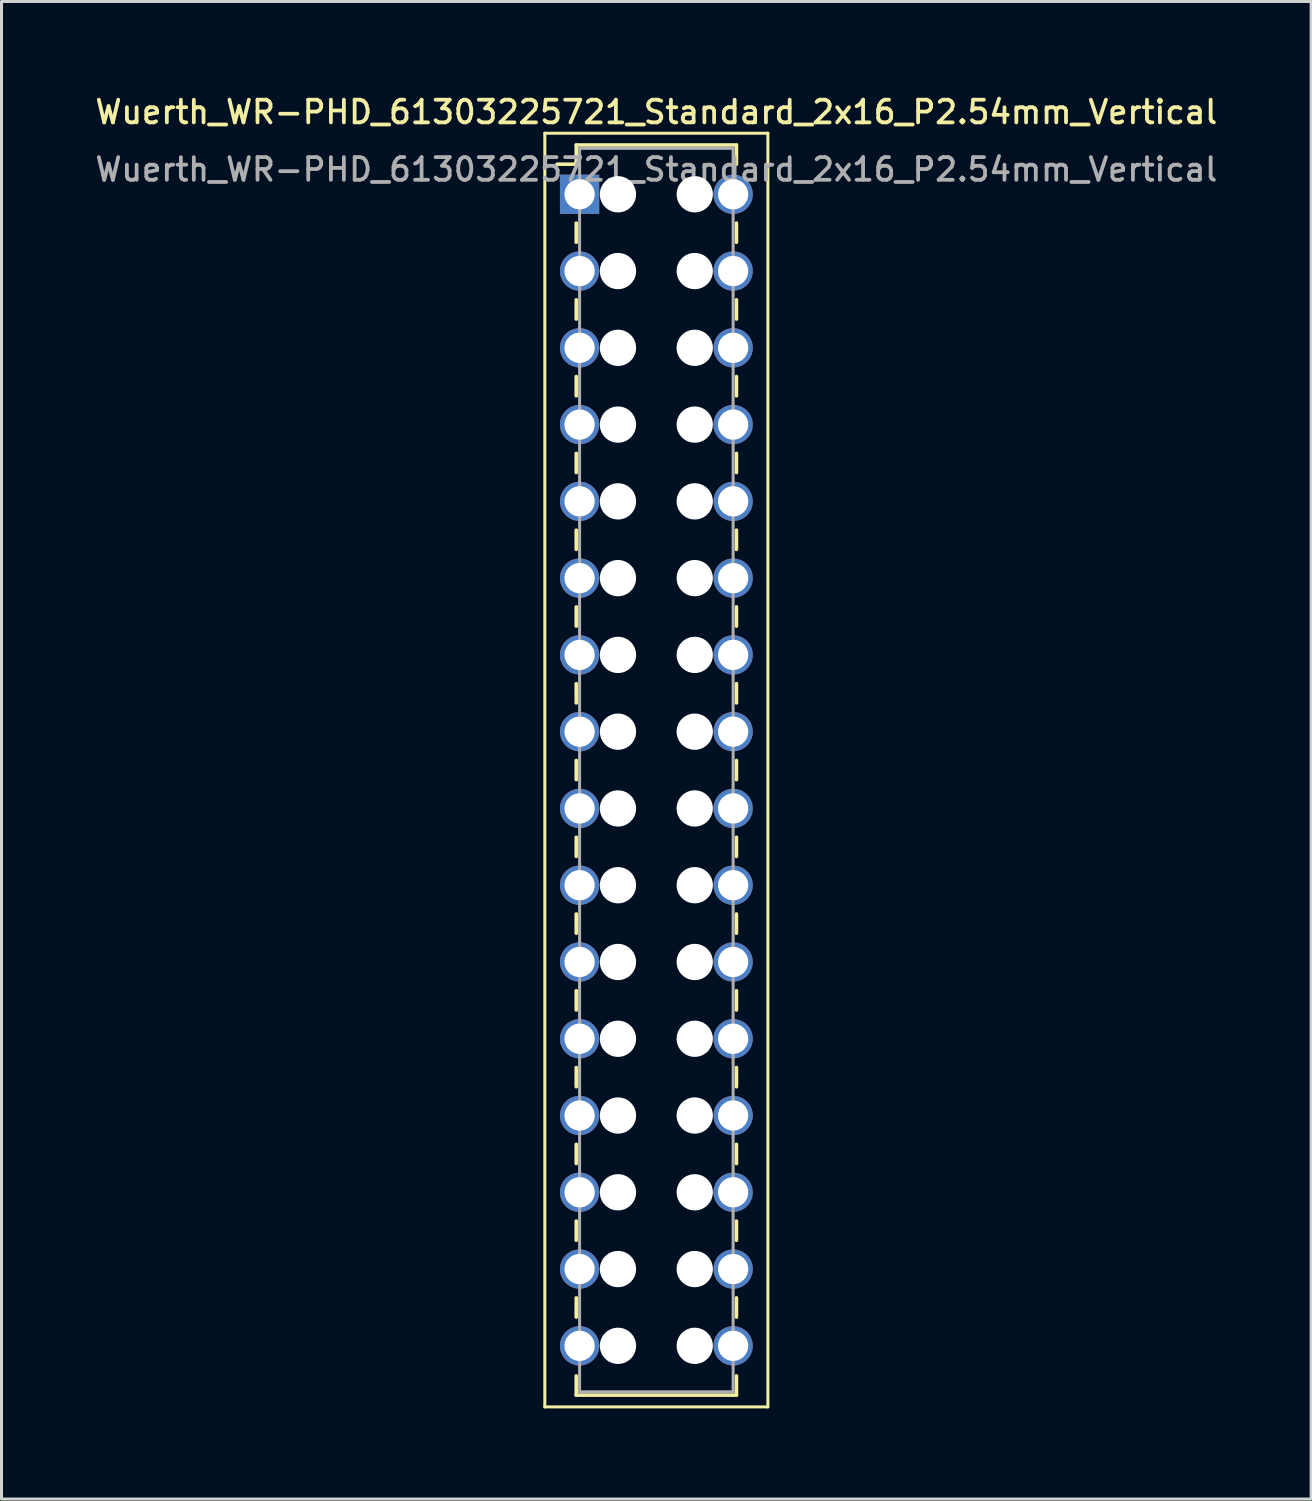
<source format=kicad_pcb>
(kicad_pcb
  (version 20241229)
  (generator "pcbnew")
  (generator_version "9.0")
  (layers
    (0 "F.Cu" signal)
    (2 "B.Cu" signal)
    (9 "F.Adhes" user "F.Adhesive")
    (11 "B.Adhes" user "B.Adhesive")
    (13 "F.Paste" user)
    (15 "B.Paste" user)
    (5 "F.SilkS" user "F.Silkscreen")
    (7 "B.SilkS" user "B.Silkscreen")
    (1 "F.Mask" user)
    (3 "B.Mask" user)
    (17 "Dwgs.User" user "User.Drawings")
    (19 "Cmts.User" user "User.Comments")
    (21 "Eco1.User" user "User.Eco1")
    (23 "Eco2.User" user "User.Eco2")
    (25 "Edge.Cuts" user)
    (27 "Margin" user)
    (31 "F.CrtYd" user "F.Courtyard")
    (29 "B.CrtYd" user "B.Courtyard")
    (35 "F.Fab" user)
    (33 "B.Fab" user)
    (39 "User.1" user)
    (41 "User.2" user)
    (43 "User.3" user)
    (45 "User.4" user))
  (footprint "Wuerth_WR-PHD_61303225721_Standard_2x16_P2.54mm_Vertical"
    (layer "F.Cu")
    (at 16.126 3.378)
    (property "Reference" "Wuerth_WR-PHD_61303225721_Standard_2x16_P2.54mm_Vertical" (at 2.54 -2.72 0) (layer "F.SilkS") (effects (font (size 0.75 0.75) (thickness 0.125))))
    (attr through_hole)
    (fp_line (start -1.15 -2.02) (end -1.15 40.12) (stroke (width 0.1) (type solid)) (layer "F.SilkS"))
    (fp_line (start -1.15 40.12) (end 6.23 40.12) (stroke (width 0.1) (type solid)) (layer "F.SilkS"))
    (fp_line (start -0.11 -1.63) (end -0.11 -0.995) (stroke (width 0.12) (type solid)) (layer "F.SilkS"))
    (fp_line (start -0.11 -1.63) (end 5.19 -1.63) (stroke (width 0.12) (type solid)) (layer "F.SilkS"))
    (fp_line (start -0.11 -0.995) (end -0.745 -0.995) (stroke (width 0.12) (type solid)) (layer "F.SilkS"))
    (fp_line (start -0.11 0.953) (end -0.11 1.587) (stroke (width 0.12) (type solid)) (layer "F.SilkS"))
    (fp_line (start -0.11 3.493) (end -0.11 4.128) (stroke (width 0.12) (type solid)) (layer "F.SilkS"))
    (fp_line (start -0.11 6.032) (end -0.11 6.668) (stroke (width 0.12) (type solid)) (layer "F.SilkS"))
    (fp_line (start -0.11 8.572) (end -0.11 9.207) (stroke (width 0.12) (type solid)) (layer "F.SilkS"))
    (fp_line (start -0.11 11.113) (end -0.11 11.748) (stroke (width 0.12) (type solid)) (layer "F.SilkS"))
    (fp_line (start -0.11 13.652) (end -0.11 14.287) (stroke (width 0.12) (type solid)) (layer "F.SilkS"))
    (fp_line (start -0.11 16.192) (end -0.11 16.828) (stroke (width 0.12) (type solid)) (layer "F.SilkS"))
    (fp_line (start -0.11 18.733) (end -0.11 19.367) (stroke (width 0.12) (type solid)) (layer "F.SilkS"))
    (fp_line (start -0.11 21.273) (end -0.11 21.907) (stroke (width 0.12) (type solid)) (layer "F.SilkS"))
    (fp_line (start -0.11 23.812) (end -0.11 24.448) (stroke (width 0.12) (type solid)) (layer "F.SilkS"))
    (fp_line (start -0.11 26.352) (end -0.11 26.988) (stroke (width 0.12) (type solid)) (layer "F.SilkS"))
    (fp_line (start -0.11 28.892) (end -0.11 29.527) (stroke (width 0.12) (type solid)) (layer "F.SilkS"))
    (fp_line (start -0.11 31.433) (end -0.11 32.068) (stroke (width 0.12) (type solid)) (layer "F.SilkS"))
    (fp_line (start -0.11 33.972) (end -0.11 34.608) (stroke (width 0.12) (type solid)) (layer "F.SilkS"))
    (fp_line (start -0.11 36.513) (end -0.11 37.148) (stroke (width 0.12) (type solid)) (layer "F.SilkS"))
    (fp_line (start -0.11 39.73) (end -0.11 39.095) (stroke (width 0.12) (type solid)) (layer "F.SilkS"))
    (fp_line (start -0.11 39.73) (end 5.19 39.73) (stroke (width 0.12) (type solid)) (layer "F.SilkS"))
    (fp_line (start 5.19 -1.63) (end 5.19 -0.995) (stroke (width 0.12) (type solid)) (layer "F.SilkS"))
    (fp_line (start 5.19 0.953) (end 5.19 1.587) (stroke (width 0.12) (type solid)) (layer "F.SilkS"))
    (fp_line (start 5.19 3.493) (end 5.19 4.128) (stroke (width 0.12) (type solid)) (layer "F.SilkS"))
    (fp_line (start 5.19 6.032) (end 5.19 6.668) (stroke (width 0.12) (type solid)) (layer "F.SilkS"))
    (fp_line (start 5.19 8.572) (end 5.19 9.207) (stroke (width 0.12) (type solid)) (layer "F.SilkS"))
    (fp_line (start 5.19 11.113) (end 5.19 11.748) (stroke (width 0.12) (type solid)) (layer "F.SilkS"))
    (fp_line (start 5.19 13.652) (end 5.19 14.287) (stroke (width 0.12) (type solid)) (layer "F.SilkS"))
    (fp_line (start 5.19 16.192) (end 5.19 16.828) (stroke (width 0.12) (type solid)) (layer "F.SilkS"))
    (fp_line (start 5.19 18.733) (end 5.19 19.367) (stroke (width 0.12) (type solid)) (layer "F.SilkS"))
    (fp_line (start 5.19 21.273) (end 5.19 21.907) (stroke (width 0.12) (type solid)) (layer "F.SilkS"))
    (fp_line (start 5.19 23.812) (end 5.19 24.448) (stroke (width 0.12) (type solid)) (layer "F.SilkS"))
    (fp_line (start 5.19 26.352) (end 5.19 26.988) (stroke (width 0.12) (type solid)) (layer "F.SilkS"))
    (fp_line (start 5.19 28.892) (end 5.19 29.527) (stroke (width 0.12) (type solid)) (layer "F.SilkS"))
    (fp_line (start 5.19 31.433) (end 5.19 32.068) (stroke (width 0.12) (type solid)) (layer "F.SilkS"))
    (fp_line (start 5.19 33.972) (end 5.19 34.608) (stroke (width 0.12) (type solid)) (layer "F.SilkS"))
    (fp_line (start 5.19 36.513) (end 5.19 37.148) (stroke (width 0.12) (type solid)) (layer "F.SilkS"))
    (fp_line (start 5.19 39.73) (end 5.19 39.095) (stroke (width 0.12) (type solid)) (layer "F.SilkS"))
    (fp_line (start 6.23 -2.02) (end -1.15 -2.02) (stroke (width 0.1) (type solid)) (layer "F.SilkS"))
    (fp_line (start 6.23 40.12) (end 6.23 -2.02) (stroke (width 0.1) (type solid)) (layer "F.SilkS"))
    (fp_line (start 0 -1.52) (end 0 39.62) (stroke (width 0.1) (type solid)) (layer "F.Fab"))
    (fp_line (start 0 39.62) (end 5.08 39.62) (stroke (width 0.1) (type solid)) (layer "F.Fab"))
    (fp_line (start 5.08 -1.52) (end 0 -1.52) (stroke (width 0.1) (type solid)) (layer "F.Fab"))
    (fp_line (start 5.08 39.62) (end 5.08 -1.52) (stroke (width 0.1) (type solid)) (layer "F.Fab"))
    (fp_text user "${REFERENCE}" (at 2.54 -0.82 0) (layer "F.Fab") (effects (font (size 0.75 0.75) (thickness 0.125))))
    (pad "" np_thru_hole circle (at 1.27 0) (size 1.2 1.2) (drill 1.2) (layers "*.Cu" "*.Mask"))
    (pad "" np_thru_hole circle (at 1.27 2.54) (size 1.2 1.2) (drill 1.2) (layers "*.Cu" "*.Mask"))
    (pad "" np_thru_hole circle (at 1.27 5.08) (size 1.2 1.2) (drill 1.2) (layers "*.Cu" "*.Mask"))
    (pad "" np_thru_hole circle (at 1.27 7.62) (size 1.2 1.2) (drill 1.2) (layers "*.Cu" "*.Mask"))
    (pad "" np_thru_hole circle (at 1.27 10.16) (size 1.2 1.2) (drill 1.2) (layers "*.Cu" "*.Mask"))
    (pad "" np_thru_hole circle (at 1.27 12.7) (size 1.2 1.2) (drill 1.2) (layers "*.Cu" "*.Mask"))
    (pad "" np_thru_hole circle (at 1.27 15.24) (size 1.2 1.2) (drill 1.2) (layers "*.Cu" "*.Mask"))
    (pad "" np_thru_hole circle (at 1.27 17.78) (size 1.2 1.2) (drill 1.2) (layers "*.Cu" "*.Mask"))
    (pad "" np_thru_hole circle (at 1.27 20.32) (size 1.2 1.2) (drill 1.2) (layers "*.Cu" "*.Mask"))
    (pad "" np_thru_hole circle (at 1.27 22.86) (size 1.2 1.2) (drill 1.2) (layers "*.Cu" "*.Mask"))
    (pad "" np_thru_hole circle (at 1.27 25.4) (size 1.2 1.2) (drill 1.2) (layers "*.Cu" "*.Mask"))
    (pad "" np_thru_hole circle (at 1.27 27.94) (size 1.2 1.2) (drill 1.2) (layers "*.Cu" "*.Mask"))
    (pad "" np_thru_hole circle (at 1.27 30.48) (size 1.2 1.2) (drill 1.2) (layers "*.Cu" "*.Mask"))
    (pad "" np_thru_hole circle (at 1.27 33.02) (size 1.2 1.2) (drill 1.2) (layers "*.Cu" "*.Mask"))
    (pad "" np_thru_hole circle (at 1.27 35.56) (size 1.2 1.2) (drill 1.2) (layers "*.Cu" "*.Mask"))
    (pad "" np_thru_hole circle (at 1.27 38.1) (size 1.2 1.2) (drill 1.2) (layers "*.Cu" "*.Mask"))
    (pad "" np_thru_hole circle (at 3.81 0) (size 1.2 1.2) (drill 1.2) (layers "*.Cu" "*.Mask"))
    (pad "" np_thru_hole circle (at 3.81 2.54) (size 1.2 1.2) (drill 1.2) (layers "*.Cu" "*.Mask"))
    (pad "" np_thru_hole circle (at 3.81 5.08) (size 1.2 1.2) (drill 1.2) (layers "*.Cu" "*.Mask"))
    (pad "" np_thru_hole circle (at 3.81 7.62) (size 1.2 1.2) (drill 1.2) (layers "*.Cu" "*.Mask"))
    (pad "" np_thru_hole circle (at 3.81 10.16) (size 1.2 1.2) (drill 1.2) (layers "*.Cu" "*.Mask"))
    (pad "" np_thru_hole circle (at 3.81 12.7) (size 1.2 1.2) (drill 1.2) (layers "*.Cu" "*.Mask"))
    (pad "" np_thru_hole circle (at 3.81 15.24) (size 1.2 1.2) (drill 1.2) (layers "*.Cu" "*.Mask"))
    (pad "" np_thru_hole circle (at 3.81 17.78) (size 1.2 1.2) (drill 1.2) (layers "*.Cu" "*.Mask"))
    (pad "" np_thru_hole circle (at 3.81 20.32) (size 1.2 1.2) (drill 1.2) (layers "*.Cu" "*.Mask"))
    (pad "" np_thru_hole circle (at 3.81 22.86) (size 1.2 1.2) (drill 1.2) (layers "*.Cu" "*.Mask"))
    (pad "" np_thru_hole circle (at 3.81 25.4) (size 1.2 1.2) (drill 1.2) (layers "*.Cu" "*.Mask"))
    (pad "" np_thru_hole circle (at 3.81 27.94) (size 1.2 1.2) (drill 1.2) (layers "*.Cu" "*.Mask"))
    (pad "" np_thru_hole circle (at 3.81 30.48) (size 1.2 1.2) (drill 1.2) (layers "*.Cu" "*.Mask"))
    (pad "" np_thru_hole circle (at 3.81 33.02) (size 1.2 1.2) (drill 1.2) (layers "*.Cu" "*.Mask"))
    (pad "" np_thru_hole circle (at 3.81 35.56) (size 1.2 1.2) (drill 1.2) (layers "*.Cu" "*.Mask"))
    (pad "" np_thru_hole circle (at 3.81 38.1) (size 1.2 1.2) (drill 1.2) (layers "*.Cu" "*.Mask"))
    (pad "1" thru_hole rect (at 0 0) (size 1.3 1.3) (drill 1) (layers "*.Cu" "*.Mask"))
    (pad "2" thru_hole circle (at 5.08 0) (size 1.3 1.3) (drill 1) (layers "*.Cu" "*.Mask"))
    (pad "3" thru_hole circle (at 0 2.54) (size 1.3 1.3) (drill 1) (layers "*.Cu" "*.Mask"))
    (pad "4" thru_hole circle (at 5.08 2.54) (size 1.3 1.3) (drill 1) (layers "*.Cu" "*.Mask"))
    (pad "5" thru_hole circle (at 0 5.08) (size 1.3 1.3) (drill 1) (layers "*.Cu" "*.Mask"))
    (pad "6" thru_hole circle (at 5.08 5.08) (size 1.3 1.3) (drill 1) (layers "*.Cu" "*.Mask"))
    (pad "7" thru_hole circle (at 0 7.62) (size 1.3 1.3) (drill 1) (layers "*.Cu" "*.Mask"))
    (pad "8" thru_hole circle (at 5.08 7.62) (size 1.3 1.3) (drill 1) (layers "*.Cu" "*.Mask"))
    (pad "9" thru_hole circle (at 0 10.16) (size 1.3 1.3) (drill 1) (layers "*.Cu" "*.Mask"))
    (pad "10" thru_hole circle (at 5.08 10.16) (size 1.3 1.3) (drill 1) (layers "*.Cu" "*.Mask"))
    (pad "11" thru_hole circle (at 0 12.7) (size 1.3 1.3) (drill 1) (layers "*.Cu" "*.Mask"))
    (pad "12" thru_hole circle (at 5.08 12.7) (size 1.3 1.3) (drill 1) (layers "*.Cu" "*.Mask"))
    (pad "13" thru_hole circle (at 0 15.24) (size 1.3 1.3) (drill 1) (layers "*.Cu" "*.Mask"))
    (pad "14" thru_hole circle (at 5.08 15.24) (size 1.3 1.3) (drill 1) (layers "*.Cu" "*.Mask"))
    (pad "15" thru_hole circle (at 0 17.78) (size 1.3 1.3) (drill 1) (layers "*.Cu" "*.Mask"))
    (pad "16" thru_hole circle (at 5.08 17.78) (size 1.3 1.3) (drill 1) (layers "*.Cu" "*.Mask"))
    (pad "17" thru_hole circle (at 0 20.32) (size 1.3 1.3) (drill 1) (layers "*.Cu" "*.Mask"))
    (pad "18" thru_hole circle (at 5.08 20.32) (size 1.3 1.3) (drill 1) (layers "*.Cu" "*.Mask"))
    (pad "19" thru_hole circle (at 0 22.86) (size 1.3 1.3) (drill 1) (layers "*.Cu" "*.Mask"))
    (pad "20" thru_hole circle (at 5.08 22.86) (size 1.3 1.3) (drill 1) (layers "*.Cu" "*.Mask"))
    (pad "21" thru_hole circle (at 0 25.4) (size 1.3 1.3) (drill 1) (layers "*.Cu" "*.Mask"))
    (pad "22" thru_hole circle (at 5.08 25.4) (size 1.3 1.3) (drill 1) (layers "*.Cu" "*.Mask"))
    (pad "23" thru_hole circle (at 0 27.94) (size 1.3 1.3) (drill 1) (layers "*.Cu" "*.Mask"))
    (pad "24" thru_hole circle (at 5.08 27.94) (size 1.3 1.3) (drill 1) (layers "*.Cu" "*.Mask"))
    (pad "25" thru_hole circle (at 0 30.48) (size 1.3 1.3) (drill 1) (layers "*.Cu" "*.Mask"))
    (pad "26" thru_hole circle (at 5.08 30.48) (size 1.3 1.3) (drill 1) (layers "*.Cu" "*.Mask"))
    (pad "27" thru_hole circle (at 0 33.02) (size 1.3 1.3) (drill 1) (layers "*.Cu" "*.Mask"))
    (pad "28" thru_hole circle (at 5.08 33.02) (size 1.3 1.3) (drill 1) (layers "*.Cu" "*.Mask"))
    (pad "29" thru_hole circle (at 0 35.56) (size 1.3 1.3) (drill 1) (layers "*.Cu" "*.Mask"))
    (pad "30" thru_hole circle (at 5.08 35.56) (size 1.3 1.3) (drill 1) (layers "*.Cu" "*.Mask"))
    (pad "31" thru_hole circle (at 0 38.1) (size 1.3 1.3) (drill 1) (layers "*.Cu" "*.Mask"))
    (pad "32" thru_hole circle (at 5.08 38.1) (size 1.3 1.3) (drill 1) (layers "*.Cu" "*.Mask")))
  (gr_rect
    (start -3 -3)
    (end 40.332 46.548)
    (stroke (width 0.1) (type default))
    (fill no)
    (layer "Edge.Cuts")))
</source>
